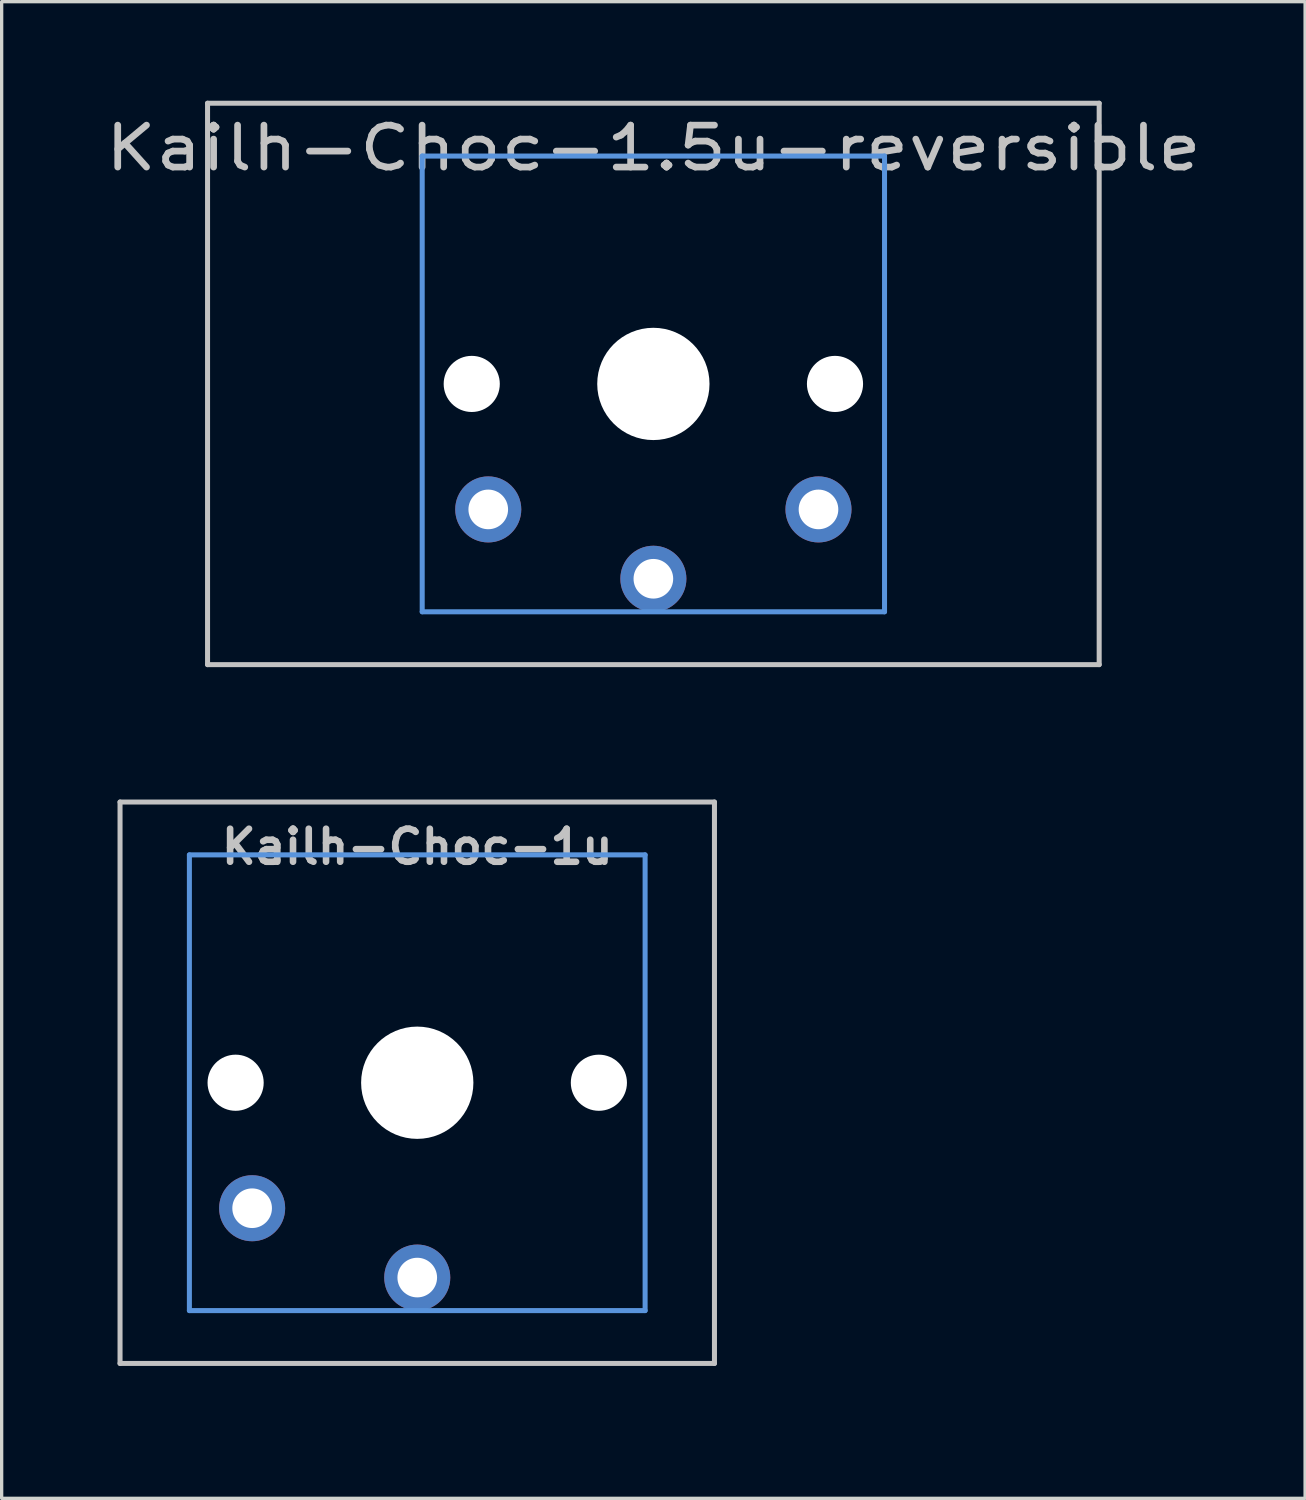
<source format=kicad_pcb>
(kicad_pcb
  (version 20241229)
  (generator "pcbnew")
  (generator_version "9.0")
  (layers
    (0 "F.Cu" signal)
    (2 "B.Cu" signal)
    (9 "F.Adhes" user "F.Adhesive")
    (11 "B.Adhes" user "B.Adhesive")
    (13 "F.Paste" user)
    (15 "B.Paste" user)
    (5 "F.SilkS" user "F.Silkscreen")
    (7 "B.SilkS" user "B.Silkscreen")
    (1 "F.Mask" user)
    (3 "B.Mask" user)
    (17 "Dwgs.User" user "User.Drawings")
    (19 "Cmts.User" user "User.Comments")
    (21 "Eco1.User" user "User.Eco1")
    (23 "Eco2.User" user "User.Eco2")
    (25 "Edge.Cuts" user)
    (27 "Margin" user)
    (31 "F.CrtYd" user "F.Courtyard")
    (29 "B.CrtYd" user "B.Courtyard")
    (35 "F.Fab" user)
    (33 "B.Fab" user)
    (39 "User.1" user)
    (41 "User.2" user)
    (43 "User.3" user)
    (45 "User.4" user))
  (footprint "Kailh-Choc-1u"
    (layer "F.Cu")
    (at 9.585 29.737)
    (property "Reference" "Kailh-Choc-1u" (at 0 -7.144 180) (layer "Dwgs.User") (effects (font (size 1 1) (thickness 0.2))))
    (attr through_hole)
    (fp_line (start -9 -8.5) (end 9 -8.5) (stroke (width 0.152) (type solid)) (layer "Dwgs.User"))
    (fp_line (start -9 8.5) (end -9 -8.5) (stroke (width 0.152) (type solid)) (layer "Dwgs.User"))
    (fp_line (start 9 -8.5) (end 9 8.5) (stroke (width 0.152) (type solid)) (layer "Dwgs.User"))
    (fp_line (start 9 8.5) (end -9 8.5) (stroke (width 0.152) (type solid)) (layer "Dwgs.User"))
    (fp_line (start -6.9 -6.9) (end 6.9 -6.9) (stroke (width 0.152) (type solid)) (layer "Cmts.User"))
    (fp_line (start -6.9 6.9) (end -6.9 -6.9) (stroke (width 0.152) (type solid)) (layer "Cmts.User"))
    (fp_line (start 6.9 -6.9) (end 6.9 6.9) (stroke (width 0.152) (type solid)) (layer "Cmts.User"))
    (fp_line (start 6.9 6.9) (end -6.9 6.9) (stroke (width 0.152) (type solid)) (layer "Cmts.User"))
    (fp_line (start -9.525 -9.525) (end -9.525 9.525) (stroke (width 0.12) (type solid)) (layer "Eco1.User"))
    (fp_line (start -9.525 -9.525) (end 9.525 -9.525) (stroke (width 0.12) (type solid)) (layer "Eco1.User"))
    (fp_line (start -9.525 9.525) (end 9.525 9.525) (stroke (width 0.12) (type solid)) (layer "Eco1.User"))
    (fp_line (start 9.525 -9.525) (end 9.525 9.525) (stroke (width 0.12) (type solid)) (layer "Eco1.User"))
    (fp_line (start -7.5 -7.5) (end 7.5 -7.5) (stroke (width 0.152) (type solid)) (layer "Eco2.User"))
    (fp_line (start -7.5 7.5) (end -7.5 -7.5) (stroke (width 0.152) (type solid)) (layer "Eco2.User"))
    (fp_line (start 7.5 -7.5) (end 7.5 7.5) (stroke (width 0.152) (type solid)) (layer "Eco2.User"))
    (fp_line (start 7.5 7.5) (end -7.5 7.5) (stroke (width 0.152) (type solid)) (layer "Eco2.User"))
    (pad "" np_thru_hole circle (at -5.5 0 180) (size 1.7 1.7) (drill 1.7) (layers "*.Cu" "*.Mask"))
    (pad "" np_thru_hole circle (at 0 0 180) (size 3.4 3.4) (drill 3.4) (layers "*.Cu" "*.Mask"))
    (pad "" np_thru_hole circle (at 5.5 0 180) (size 1.7 1.7) (drill 1.7) (layers "*.Cu" "*.Mask"))
    (pad "1" thru_hole circle (at 0 5.9 180) (size 2 2) (drill 1.2) (layers "*.Cu" "*.Mask"))
    (pad "2" thru_hole circle (at -5 3.8 41.9) (size 2 2) (drill 1.2) (layers "*.Cu" "*.Mask")))
  (footprint "Kailh-Choc-1.5u-reversible"
    (layer "F.Cu")
    (at 16.735 8.576)
    (property "Reference" "Kailh-Choc-1.5u-reversible" (at 0 -7.144 180) (layer "Dwgs.User") (effects (font (size 1.27 1.524) (thickness 0.203))))
    (attr through_hole)
    (fp_line (start -13.5 -8.5) (end 13.5 -8.5) (stroke (width 0.152) (type solid)) (layer "Dwgs.User"))
    (fp_line (start -13.5 8.5) (end -13.5 -8.5) (stroke (width 0.152) (type solid)) (layer "Dwgs.User"))
    (fp_line (start 13.5 -8.5) (end 13.5 8.5) (stroke (width 0.152) (type solid)) (layer "Dwgs.User"))
    (fp_line (start 13.5 8.5) (end -13.5 8.5) (stroke (width 0.152) (type solid)) (layer "Dwgs.User"))
    (fp_line (start -7 -6.9) (end 7 -6.9) (stroke (width 0.152) (type solid)) (layer "Cmts.User"))
    (fp_line (start -7 6.9) (end -7 -6.9) (stroke (width 0.152) (type solid)) (layer "Cmts.User"))
    (fp_line (start 7 -6.9) (end 7 6.9) (stroke (width 0.152) (type solid)) (layer "Cmts.User"))
    (fp_line (start 7 6.9) (end -7 6.9) (stroke (width 0.152) (type solid)) (layer "Cmts.User"))
    (fp_line (start -7.5 -7.5) (end 7.5 -7.5) (stroke (width 0.152) (type solid)) (layer "Eco2.User"))
    (fp_line (start -7.5 7.5) (end -7.5 -7.5) (stroke (width 0.152) (type solid)) (layer "Eco2.User"))
    (fp_line (start 7.5 -7.5) (end 7.5 7.5) (stroke (width 0.152) (type solid)) (layer "Eco2.User"))
    (fp_line (start 7.5 7.5) (end -7.5 7.5) (stroke (width 0.152) (type solid)) (layer "Eco2.User"))
    (pad "" np_thru_hole circle (at -5.5 0 180) (size 1.7 1.7) (drill 1.7) (layers "*.Cu" "*.Mask"))
    (pad "" np_thru_hole circle (at 0 0 180) (size 3.4 3.4) (drill 3.4) (layers "*.Cu" "*.Mask"))
    (pad "" np_thru_hole circle (at 5.5 0 180) (size 1.7 1.7) (drill 1.7) (layers "*.Cu" "*.Mask"))
    (pad "1" thru_hole circle (at 0 5.9 180) (size 2 2) (drill 1.2) (layers "*.Cu" "*.Mask"))
    (pad "2" thru_hole circle (at -5 3.8 41.9) (size 2 2) (drill 1.2) (layers "*.Cu" "B.Mask"))
    (pad "2" thru_hole circle (at 5 3.8 41.9) (size 2 2) (drill 1.2) (layers "*.Cu" "F.Mask")))
  (gr_rect
    (start -3 -3)
    (end 36.47 42.322)
    (stroke (width 0.1) (type default))
    (fill no)
    (layer "Edge.Cuts")))
</source>
